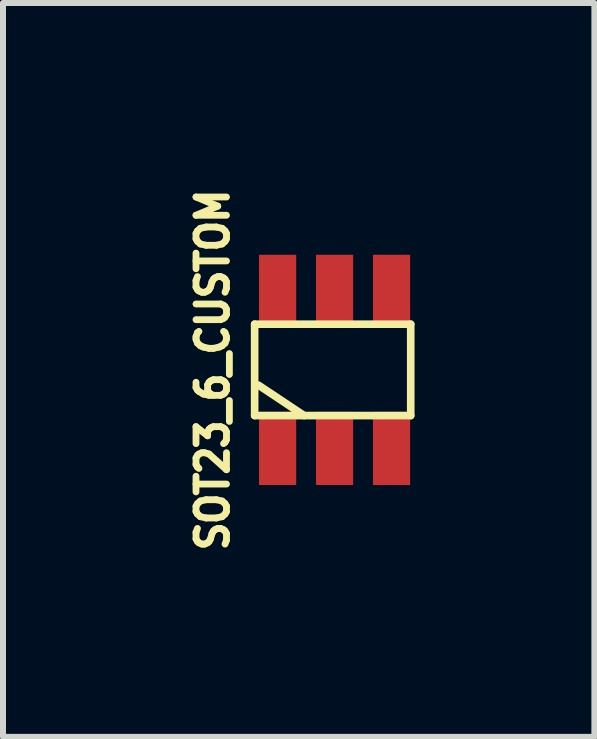
<source format=kicad_pcb>
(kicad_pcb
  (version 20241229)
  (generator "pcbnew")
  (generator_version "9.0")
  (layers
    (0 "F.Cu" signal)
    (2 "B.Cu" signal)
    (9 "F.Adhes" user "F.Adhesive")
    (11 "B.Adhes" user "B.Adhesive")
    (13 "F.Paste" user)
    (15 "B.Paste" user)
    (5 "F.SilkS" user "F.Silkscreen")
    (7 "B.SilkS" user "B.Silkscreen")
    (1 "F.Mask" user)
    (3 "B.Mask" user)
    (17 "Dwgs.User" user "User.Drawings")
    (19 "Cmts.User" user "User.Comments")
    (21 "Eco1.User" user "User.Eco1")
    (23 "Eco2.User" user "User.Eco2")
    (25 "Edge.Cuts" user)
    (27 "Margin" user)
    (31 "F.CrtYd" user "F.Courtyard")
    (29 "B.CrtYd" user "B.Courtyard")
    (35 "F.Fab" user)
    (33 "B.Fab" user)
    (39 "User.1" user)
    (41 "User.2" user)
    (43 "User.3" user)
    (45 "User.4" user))
  (footprint "SOT23_6_CUSTOM"
    (layer "F.Cu")
    (at 2.53 3.119)
    (property "Reference" "SOT23_6_CUSTOM" (at -2.032 0 90) (layer "F.SilkS") (effects (font (size 0.508 0.457) (thickness 0.114))))
    (attr through_hole)
    (fp_line (start -1.333 -0.762) (end 1.27 -0.762) (stroke (width 0.127) (type solid)) (layer "F.SilkS"))
    (fp_line (start -1.333 0.762) (end -1.333 -0.762) (stroke (width 0.127) (type solid)) (layer "F.SilkS"))
    (fp_line (start -0.508 0.762) (end -1.27 0.254) (stroke (width 0.127) (type solid)) (layer "F.SilkS"))
    (fp_line (start 1.27 -0.762) (end 1.27 0.762) (stroke (width 0.127) (type solid)) (layer "F.SilkS"))
    (fp_line (start 1.27 0.762) (end -1.333 0.762) (stroke (width 0.127) (type solid)) (layer "F.SilkS"))
    (pad "1" smd rect (at -0.95 1.31) (size 0.62 1.22) (layers "F.Cu" "F.Mask" "F.Paste"))
    (pad "2" smd rect (at 0 1.31) (size 0.62 1.22) (layers "F.Cu" "F.Mask" "F.Paste"))
    (pad "3" smd rect (at 0.95 1.31) (size 0.62 1.22) (layers "F.Cu" "F.Mask" "F.Paste"))
    (pad "4" smd rect (at 0.95 -1.31) (size 0.62 1.22) (layers "F.Cu" "F.Mask" "F.Paste"))
    (pad "5" smd rect (at 0 -1.31) (size 0.62 1.22) (layers "F.Cu" "F.Mask" "F.Paste"))
    (pad "6" smd rect (at -0.95 -1.31) (size 0.62 1.22) (layers "F.Cu" "F.Mask" "F.Paste")))
  (gr_rect
    (start -3 -3)
    (end 6.863 9.239)
    (stroke (width 0.1) (type default))
    (fill no)
    (layer "Edge.Cuts")))
</source>
